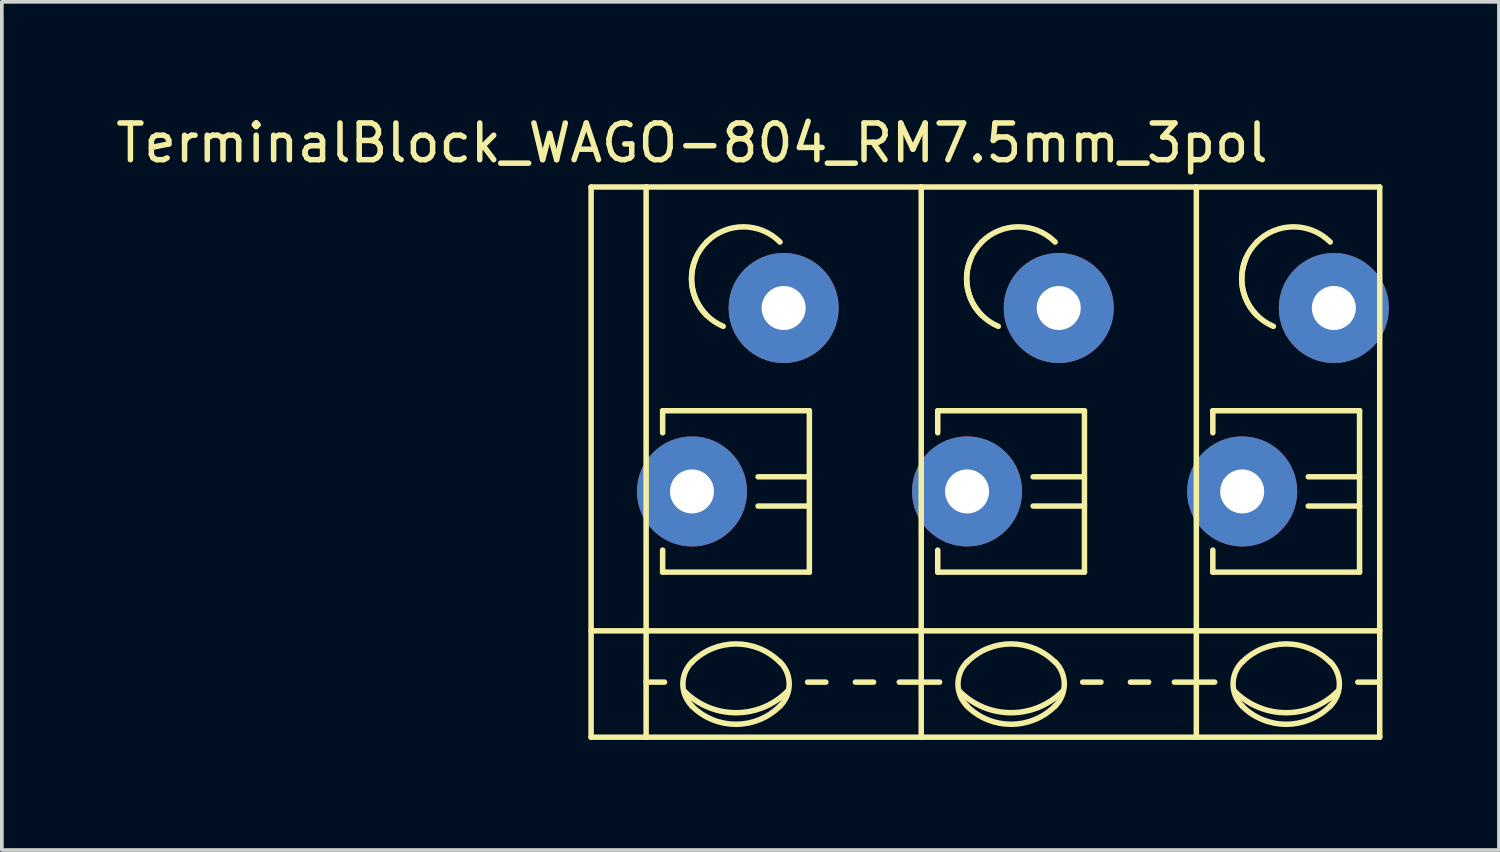
<source format=kicad_pcb>
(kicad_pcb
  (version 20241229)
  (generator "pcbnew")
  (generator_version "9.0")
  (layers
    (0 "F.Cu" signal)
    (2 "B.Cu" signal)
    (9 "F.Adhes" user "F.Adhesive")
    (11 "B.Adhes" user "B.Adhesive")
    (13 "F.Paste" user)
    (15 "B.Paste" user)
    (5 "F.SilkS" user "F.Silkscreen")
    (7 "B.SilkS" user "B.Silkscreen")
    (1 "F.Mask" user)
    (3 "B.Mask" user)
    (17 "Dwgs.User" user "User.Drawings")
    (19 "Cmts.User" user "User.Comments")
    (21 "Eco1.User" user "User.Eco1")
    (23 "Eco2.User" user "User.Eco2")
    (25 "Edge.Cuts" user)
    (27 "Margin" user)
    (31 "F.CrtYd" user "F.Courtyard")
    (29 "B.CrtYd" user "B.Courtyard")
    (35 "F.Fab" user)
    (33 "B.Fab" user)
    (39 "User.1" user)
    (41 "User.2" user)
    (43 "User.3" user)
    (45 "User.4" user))
  (footprint "TerminalBlock_WAGO-804_RM7.5mm_3pol"
    (layer "F.Cu")
    (at 15.815 10.348)
    (property "Reference" "TerminalBlock_WAGO-804_RM7.5mm_3pol" (at 0 -9.5 0) (layer "F.SilkS") (effects (font (size 1 1) (thickness 0.15))))
    (attr through_hole)
    (fp_line (start -2.75 -8.3) (end -1.25 -8.3) (stroke (width 0.15) (type solid)) (layer "F.SilkS"))
    (fp_line (start -2.75 6.7) (end -2.75 -8.3) (stroke (width 0.15) (type solid)) (layer "F.SilkS"))
    (fp_line (start -1.25 3.8) (end -2.75 3.8) (stroke (width 0.15) (type solid)) (layer "F.SilkS"))
    (fp_line (start -1.25 3.8) (end 6.25 3.8) (stroke (width 0.15) (type solid)) (layer "F.SilkS"))
    (fp_line (start -1.25 6.7) (end -2.75 6.7) (stroke (width 0.15) (type solid)) (layer "F.SilkS"))
    (fp_line (start -1.25 5.199) (end -0.749 5.199) (stroke (width 0.15) (type solid)) (layer "F.SilkS"))
    (fp_line (start -1.25 6.701) (end -1.25 -8.301) (stroke (width 0.15) (type solid)) (layer "F.SilkS"))
    (fp_line (start -0.8 -2.2) (end -0.8 -1.6) (stroke (width 0.15) (type solid)) (layer "F.SilkS"))
    (fp_line (start -0.8 -2.2) (end 3.2 -2.2) (stroke (width 0.15) (type solid)) (layer "F.SilkS"))
    (fp_line (start -0.8 2.2) (end -0.8 1.6) (stroke (width 0.15) (type solid)) (layer "F.SilkS"))
    (fp_line (start 3.2 -2.2) (end 3.2 2.2) (stroke (width 0.15) (type solid)) (layer "F.SilkS"))
    (fp_line (start 3.2 -0.399) (end 1.801 -0.399) (stroke (width 0.15) (type solid)) (layer "F.SilkS"))
    (fp_line (start 3.2 0.399) (end 1.801 0.399) (stroke (width 0.15) (type solid)) (layer "F.SilkS"))
    (fp_line (start 3.2 2.2) (end -0.8 2.2) (stroke (width 0.15) (type solid)) (layer "F.SilkS"))
    (fp_line (start 3.65 5.199) (end 3.152 5.199) (stroke (width 0.15) (type solid)) (layer "F.SilkS"))
    (fp_line (start 4.951 5.199) (end 4.454 5.199) (stroke (width 0.15) (type solid)) (layer "F.SilkS"))
    (fp_line (start 6.149 5.199) (end 5.652 5.199) (stroke (width 0.15) (type solid)) (layer "F.SilkS"))
    (fp_line (start 6.25 -8.3) (end -1.25 -8.3) (stroke (width 0.15) (type solid)) (layer "F.SilkS"))
    (fp_line (start 6.25 3.8) (end 13.75 3.8) (stroke (width 0.15) (type solid)) (layer "F.SilkS"))
    (fp_line (start 6.25 6.7) (end -1.25 6.7) (stroke (width 0.15) (type solid)) (layer "F.SilkS"))
    (fp_line (start 6.25 5.199) (end 6.751 5.199) (stroke (width 0.15) (type solid)) (layer "F.SilkS"))
    (fp_line (start 6.25 6.701) (end 6.25 -8.301) (stroke (width 0.15) (type solid)) (layer "F.SilkS"))
    (fp_line (start 6.7 -2.2) (end 6.7 -1.6) (stroke (width 0.15) (type solid)) (layer "F.SilkS"))
    (fp_line (start 6.7 -2.2) (end 10.7 -2.2) (stroke (width 0.15) (type solid)) (layer "F.SilkS"))
    (fp_line (start 6.7 2.2) (end 6.7 1.6) (stroke (width 0.15) (type solid)) (layer "F.SilkS"))
    (fp_line (start 10.7 -2.2) (end 10.7 2.2) (stroke (width 0.15) (type solid)) (layer "F.SilkS"))
    (fp_line (start 10.7 -0.399) (end 9.301 -0.399) (stroke (width 0.15) (type solid)) (layer "F.SilkS"))
    (fp_line (start 10.7 0.399) (end 9.301 0.399) (stroke (width 0.15) (type solid)) (layer "F.SilkS"))
    (fp_line (start 10.7 2.2) (end 6.7 2.2) (stroke (width 0.15) (type solid)) (layer "F.SilkS"))
    (fp_line (start 11.15 5.199) (end 10.652 5.199) (stroke (width 0.15) (type solid)) (layer "F.SilkS"))
    (fp_line (start 12.451 5.199) (end 11.954 5.199) (stroke (width 0.15) (type solid)) (layer "F.SilkS"))
    (fp_line (start 13.649 5.199) (end 13.152 5.199) (stroke (width 0.15) (type solid)) (layer "F.SilkS"))
    (fp_line (start 13.75 -8.3) (end 6.25 -8.3) (stroke (width 0.15) (type solid)) (layer "F.SilkS"))
    (fp_line (start 13.75 -8.3) (end 18.75 -8.3) (stroke (width 0.15) (type solid)) (layer "F.SilkS"))
    (fp_line (start 13.75 3.8) (end 18.75 3.8) (stroke (width 0.15) (type solid)) (layer "F.SilkS"))
    (fp_line (start 13.75 6.7) (end 6.25 6.7) (stroke (width 0.15) (type solid)) (layer "F.SilkS"))
    (fp_line (start 13.75 6.7) (end 13.75 -8.3) (stroke (width 0.15) (type solid)) (layer "F.SilkS"))
    (fp_line (start 13.75 6.7) (end 18.75 6.7) (stroke (width 0.15) (type solid)) (layer "F.SilkS"))
    (fp_line (start 13.75 5.199) (end 14.251 5.199) (stroke (width 0.15) (type solid)) (layer "F.SilkS"))
    (fp_line (start 14.2 -2.2) (end 14.2 -1.6) (stroke (width 0.15) (type solid)) (layer "F.SilkS"))
    (fp_line (start 14.2 -2.2) (end 18.2 -2.2) (stroke (width 0.15) (type solid)) (layer "F.SilkS"))
    (fp_line (start 14.2 2.2) (end 14.2 1.6) (stroke (width 0.15) (type solid)) (layer "F.SilkS"))
    (fp_line (start 18.2 -2.2) (end 18.2 2.2) (stroke (width 0.15) (type solid)) (layer "F.SilkS"))
    (fp_line (start 18.2 -0.399) (end 16.801 -0.399) (stroke (width 0.15) (type solid)) (layer "F.SilkS"))
    (fp_line (start 18.2 0.399) (end 16.801 0.399) (stroke (width 0.15) (type solid)) (layer "F.SilkS"))
    (fp_line (start 18.2 2.2) (end 14.2 2.2) (stroke (width 0.15) (type solid)) (layer "F.SilkS"))
    (fp_line (start 18.65 5.199) (end 18.152 5.199) (stroke (width 0.15) (type solid)) (layer "F.SilkS"))
    (fp_line (start 18.75 6.7) (end 18.75 -8.3) (stroke (width 0.15) (type solid)) (layer "F.SilkS"))
    (fp_arc (start 0 4.65328) (mid 1.19888 4.156688) (end 2.39776 4.65328) (stroke (width 0.15) (type solid)) (layer "F.SilkS"))
    (fp_arc (start 0 5.84962) (mid -0.248296 5.25018) (end 0 4.65074) (stroke (width 0.15) (type solid)) (layer "F.SilkS"))
    (fp_arc (start 0.39878 -6.79958) (mid 1.39954 -7.214108) (end 2.4003 -6.79958) (stroke (width 0.15) (type solid)) (layer "F.SilkS"))
    (fp_arc (start 0.39878 -4.8006) (mid -0.013952 -5.800616) (end 0.40132 -6.79958) (stroke (width 0.15) (type solid)) (layer "F.SilkS"))
    (fp_arc (start 0.8509 -4.50088) (mid 0.093811 -5.268985) (end 0.1016 -6.34746) (stroke (width 0.15) (type solid)) (layer "F.SilkS"))
    (fp_arc (start 2.4003 5.84962) (mid 1.200676 6.348008) (end 0 5.85216) (stroke (width 0.15) (type solid)) (layer "F.SilkS"))
    (fp_arc (start 2.40284 4.65074) (mid 2.650392 5.251976) (end 2.4003 5.85216) (stroke (width 0.15) (type solid)) (layer "F.SilkS"))
    (fp_arc (start 2.60096 5.45084) (mid 1.200676 6.032345) (end -0.20066 5.45338) (stroke (width 0.15) (type solid)) (layer "F.SilkS"))
    (fp_arc (start 7.5 4.65328) (mid 8.69888 4.156688) (end 9.89776 4.65328) (stroke (width 0.15) (type solid)) (layer "F.SilkS"))
    (fp_arc (start 7.5 5.84962) (mid 7.251704 5.25018) (end 7.5 4.65074) (stroke (width 0.15) (type solid)) (layer "F.SilkS"))
    (fp_arc (start 7.89878 -6.79958) (mid 8.89954 -7.214108) (end 9.9003 -6.79958) (stroke (width 0.15) (type solid)) (layer "F.SilkS"))
    (fp_arc (start 7.89878 -4.8006) (mid 7.486048 -5.800616) (end 7.90132 -6.79958) (stroke (width 0.15) (type solid)) (layer "F.SilkS"))
    (fp_arc (start 8.3509 -4.50088) (mid 7.593811 -5.268985) (end 7.6016 -6.34746) (stroke (width 0.15) (type solid)) (layer "F.SilkS"))
    (fp_arc (start 9.9003 5.84962) (mid 8.700676 6.348008) (end 7.5 5.85216) (stroke (width 0.15) (type solid)) (layer "F.SilkS"))
    (fp_arc (start 9.90284 4.65074) (mid 10.150392 5.251976) (end 9.9003 5.85216) (stroke (width 0.15) (type solid)) (layer "F.SilkS"))
    (fp_arc (start 10.10096 5.45084) (mid 8.700676 6.032345) (end 7.29934 5.45338) (stroke (width 0.15) (type solid)) (layer "F.SilkS"))
    (fp_arc (start 15 4.65328) (mid 16.19888 4.156688) (end 17.39776 4.65328) (stroke (width 0.15) (type solid)) (layer "F.SilkS"))
    (fp_arc (start 15 5.84962) (mid 14.751704 5.25018) (end 15 4.65074) (stroke (width 0.15) (type solid)) (layer "F.SilkS"))
    (fp_arc (start 15.39878 -6.79958) (mid 16.39954 -7.214108) (end 17.4003 -6.79958) (stroke (width 0.15) (type solid)) (layer "F.SilkS"))
    (fp_arc (start 15.39878 -4.8006) (mid 14.986048 -5.800616) (end 15.40132 -6.79958) (stroke (width 0.15) (type solid)) (layer "F.SilkS"))
    (fp_arc (start 15.8509 -4.50088) (mid 15.093811 -5.268985) (end 15.1016 -6.34746) (stroke (width 0.15) (type solid)) (layer "F.SilkS"))
    (fp_arc (start 17.4003 5.84962) (mid 16.200676 6.348008) (end 15 5.85216) (stroke (width 0.15) (type solid)) (layer "F.SilkS"))
    (fp_arc (start 17.40284 4.65074) (mid 17.650392 5.251976) (end 17.4003 5.85216) (stroke (width 0.15) (type solid)) (layer "F.SilkS"))
    (fp_arc (start 17.60096 5.45084) (mid 16.200676 6.032345) (end 14.79934 5.45338) (stroke (width 0.15) (type solid)) (layer "F.SilkS"))
    (pad "1" thru_hole circle (at 0 0) (size 3 3) (drill 1.2) (layers "*.Cu" "*.Mask"))
    (pad "1" thru_hole circle (at 2.499 -5.001) (size 3 3) (drill 1.2) (layers "*.Cu" "*.Mask"))
    (pad "2" thru_hole circle (at 7.5 0) (size 3 3) (drill 1.2) (layers "*.Cu" "*.Mask"))
    (pad "2" thru_hole circle (at 9.999 -5.001) (size 3 3) (drill 1.2) (layers "*.Cu" "*.Mask"))
    (pad "3" thru_hole circle (at 15 0) (size 3 3) (drill 1.2) (layers "*.Cu" "*.Mask"))
    (pad "3" thru_hole circle (at 17.499 -5.001) (size 3 3) (drill 1.2) (layers "*.Cu" "*.Mask")))
  (gr_rect
    (start -3 -3)
    (end 37.815 20.124)
    (stroke (width 0.1) (type default))
    (fill no)
    (layer "Edge.Cuts")))
</source>
